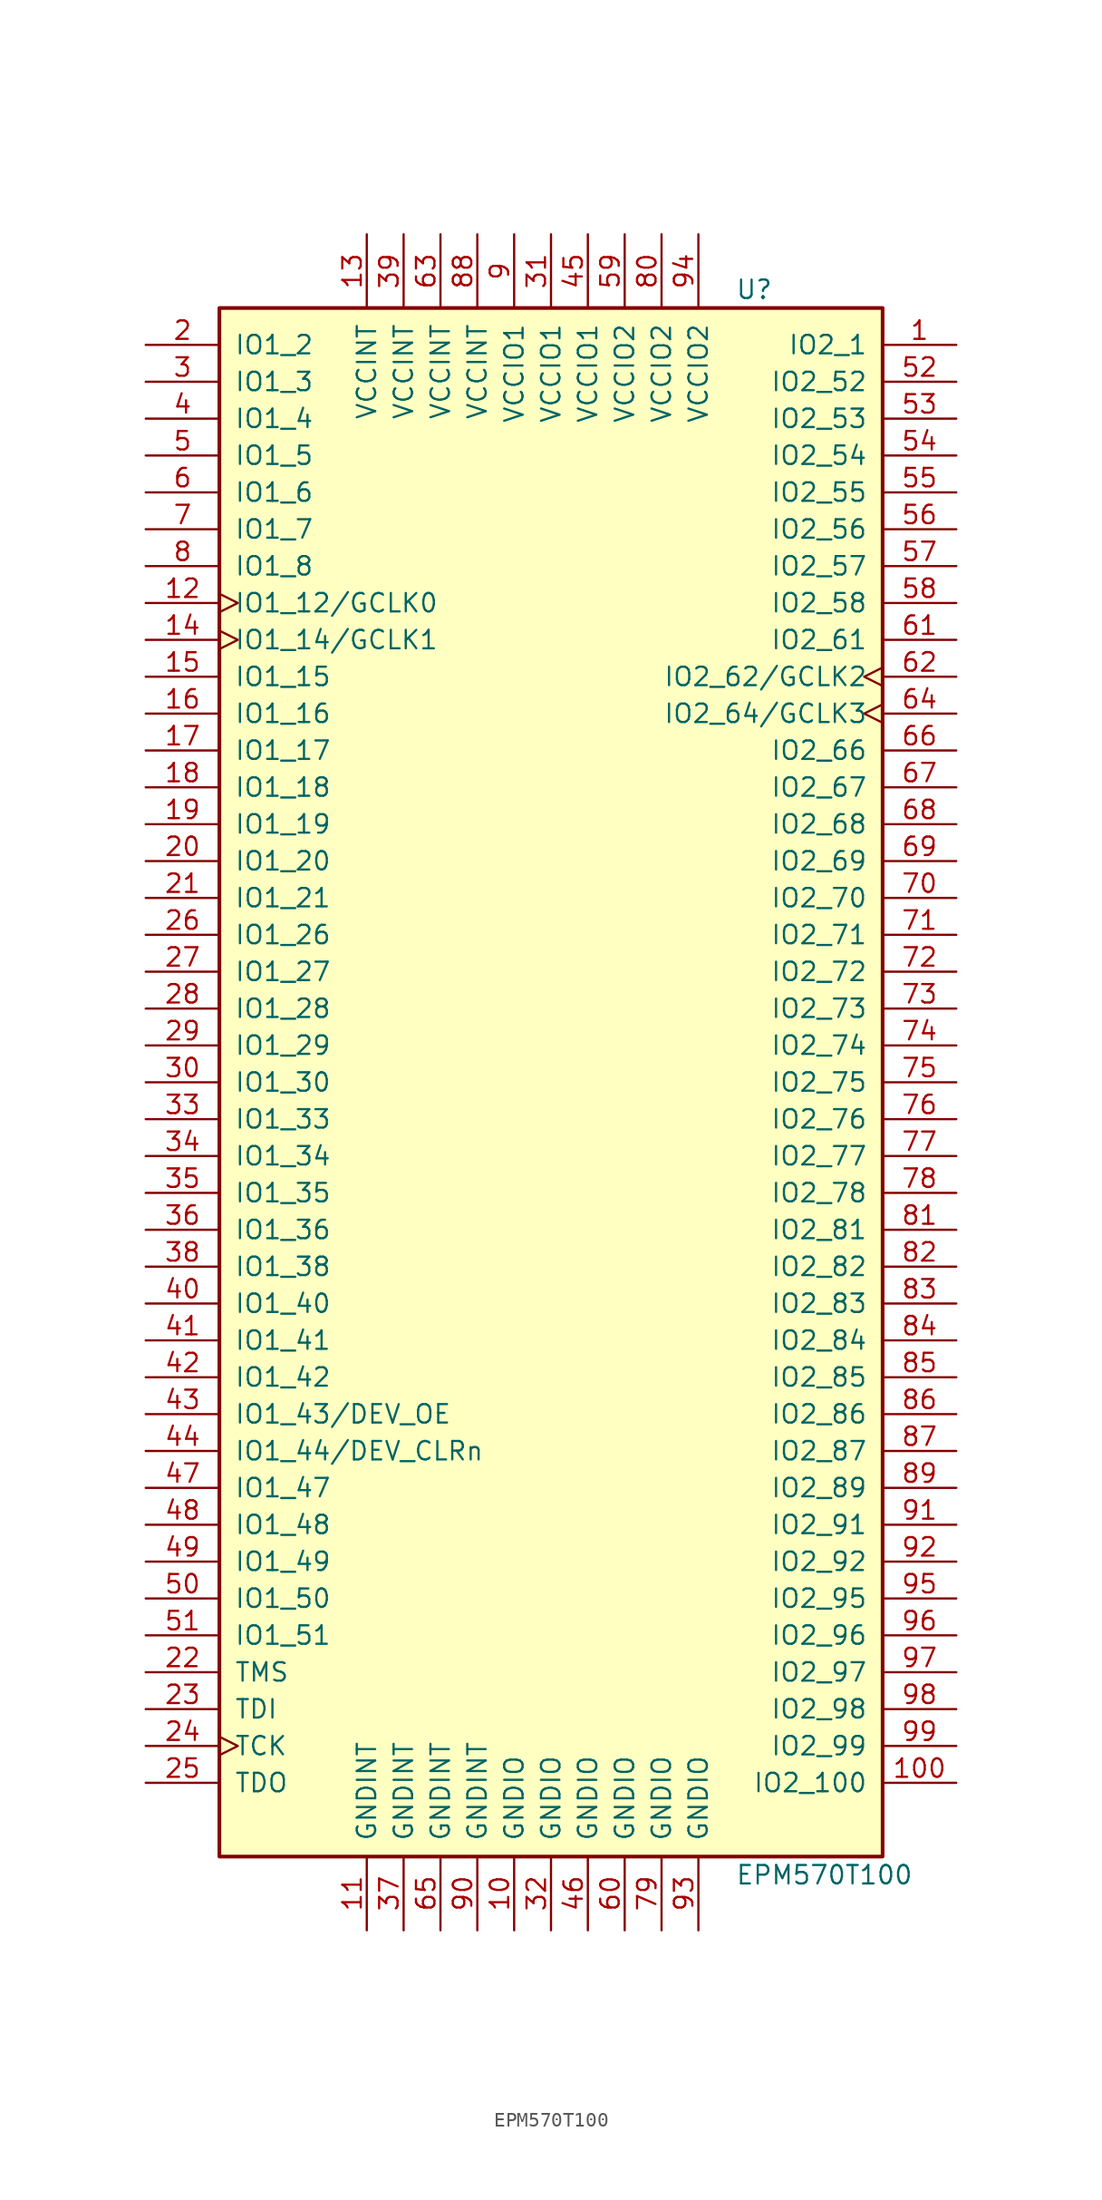
<source format=kicad_sym>
(kicad_symbol_lib
  (version 20211014)
  (generator kicad_symbol_editor)
  (symbol "EPM570T100"
    (pin_names
      (offset 1.016))
    (property "Reference" "U"
      (at 12.7 54.61 0)
      (effects (font (size 1.27 1.27)) (justify left)))
    (property "Value" "EPM570T100"
      (at 12.7 -54.61 0)
      (effects (font (size 1.27 1.27)) (justify left)))
    (property "ki_locked" ""
      (at 0 0 0)
      (effects (font (size 1.27 1.27))))
    (symbol "EPM570T100_1_1"
      (rectangle (start -22.86 53.34) (end 22.86 -53.34) (stroke (width 0.254) (type default) (color 0 0 0 0)) (fill (type background)))
      (pin bidirectional line (at 27.94 50.8 180) (length 5.08) (name "IO2_1" (effects (font (size 1.27 1.27)))) (number "1" (effects (font (size 1.27 1.27)))))
      (pin power_in line (at -2.54 -58.42 90) (length 5.08) (name "GNDIO" (effects (font (size 1.27 1.27)))) (number "10" (effects (font (size 1.27 1.27)))))
      (pin bidirectional line (at 27.94 -48.26 180) (length 5.08) (name "IO2_100" (effects (font (size 1.27 1.27)))) (number "100" (effects (font (size 1.27 1.27)))))
      (pin power_in line (at -12.7 -58.42 90) (length 5.08) (name "GNDINT" (effects (font (size 1.27 1.27)))) (number "11" (effects (font (size 1.27 1.27)))))
      (pin bidirectional clock (at -27.94 33.02 0) (length 5.08) (name "IO1_12/GCLK0" (effects (font (size 1.27 1.27)))) (number "12" (effects (font (size 1.27 1.27)))))
      (pin power_in line (at -12.7 58.42 270) (length 5.08) (name "VCCINT" (effects (font (size 1.27 1.27)))) (number "13" (effects (font (size 1.27 1.27)))))
      (pin bidirectional clock (at -27.94 30.48 0) (length 5.08) (name "IO1_14/GCLK1" (effects (font (size 1.27 1.27)))) (number "14" (effects (font (size 1.27 1.27)))))
      (pin bidirectional line (at -27.94 27.94 0) (length 5.08) (name "IO1_15" (effects (font (size 1.27 1.27)))) (number "15" (effects (font (size 1.27 1.27)))))
      (pin bidirectional line (at -27.94 25.4 0) (length 5.08) (name "IO1_16" (effects (font (size 1.27 1.27)))) (number "16" (effects (font (size 1.27 1.27)))))
      (pin bidirectional line (at -27.94 22.86 0) (length 5.08) (name "IO1_17" (effects (font (size 1.27 1.27)))) (number "17" (effects (font (size 1.27 1.27)))))
      (pin bidirectional line (at -27.94 20.32 0) (length 5.08) (name "IO1_18" (effects (font (size 1.27 1.27)))) (number "18" (effects (font (size 1.27 1.27)))))
      (pin bidirectional line (at -27.94 17.78 0) (length 5.08) (name "IO1_19" (effects (font (size 1.27 1.27)))) (number "19" (effects (font (size 1.27 1.27)))))
      (pin bidirectional line (at -27.94 50.8 0) (length 5.08) (name "IO1_2" (effects (font (size 1.27 1.27)))) (number "2" (effects (font (size 1.27 1.27)))))
      (pin bidirectional line (at -27.94 15.24 0) (length 5.08) (name "IO1_20" (effects (font (size 1.27 1.27)))) (number "20" (effects (font (size 1.27 1.27)))))
      (pin bidirectional line (at -27.94 12.7 0) (length 5.08) (name "IO1_21" (effects (font (size 1.27 1.27)))) (number "21" (effects (font (size 1.27 1.27)))))
      (pin input line (at -27.94 -40.64 0) (length 5.08) (name "TMS" (effects (font (size 1.27 1.27)))) (number "22" (effects (font (size 1.27 1.27)))))
      (pin input line (at -27.94 -43.18 0) (length 5.08) (name "TDI" (effects (font (size 1.27 1.27)))) (number "23" (effects (font (size 1.27 1.27)))))
      (pin input clock (at -27.94 -45.72 0) (length 5.08) (name "TCK" (effects (font (size 1.27 1.27)))) (number "24" (effects (font (size 1.27 1.27)))))
      (pin output line (at -27.94 -48.26 0) (length 5.08) (name "TDO" (effects (font (size 1.27 1.27)))) (number "25" (effects (font (size 1.27 1.27)))))
      (pin bidirectional line (at -27.94 10.16 0) (length 5.08) (name "IO1_26" (effects (font (size 1.27 1.27)))) (number "26" (effects (font (size 1.27 1.27)))))
      (pin bidirectional line (at -27.94 7.62 0) (length 5.08) (name "IO1_27" (effects (font (size 1.27 1.27)))) (number "27" (effects (font (size 1.27 1.27)))))
      (pin bidirectional line (at -27.94 5.08 0) (length 5.08) (name "IO1_28" (effects (font (size 1.27 1.27)))) (number "28" (effects (font (size 1.27 1.27)))))
      (pin bidirectional line (at -27.94 2.54 0) (length 5.08) (name "IO1_29" (effects (font (size 1.27 1.27)))) (number "29" (effects (font (size 1.27 1.27)))))
      (pin bidirectional line (at -27.94 48.26 0) (length 5.08) (name "IO1_3" (effects (font (size 1.27 1.27)))) (number "3" (effects (font (size 1.27 1.27)))))
      (pin bidirectional line (at -27.94 0 0) (length 5.08) (name "IO1_30" (effects (font (size 1.27 1.27)))) (number "30" (effects (font (size 1.27 1.27)))))
      (pin power_in line (at 0 58.42 270) (length 5.08) (name "VCCIO1" (effects (font (size 1.27 1.27)))) (number "31" (effects (font (size 1.27 1.27)))))
      (pin power_in line (at 0 -58.42 90) (length 5.08) (name "GNDIO" (effects (font (size 1.27 1.27)))) (number "32" (effects (font (size 1.27 1.27)))))
      (pin bidirectional line (at -27.94 -2.54 0) (length 5.08) (name "IO1_33" (effects (font (size 1.27 1.27)))) (number "33" (effects (font (size 1.27 1.27)))))
      (pin bidirectional line (at -27.94 -5.08 0) (length 5.08) (name "IO1_34" (effects (font (size 1.27 1.27)))) (number "34" (effects (font (size 1.27 1.27)))))
      (pin bidirectional line (at -27.94 -7.62 0) (length 5.08) (name "IO1_35" (effects (font (size 1.27 1.27)))) (number "35" (effects (font (size 1.27 1.27)))))
      (pin bidirectional line (at -27.94 -10.16 0) (length 5.08) (name "IO1_36" (effects (font (size 1.27 1.27)))) (number "36" (effects (font (size 1.27 1.27)))))
      (pin power_in line (at -10.16 -58.42 90) (length 5.08) (name "GNDINT" (effects (font (size 1.27 1.27)))) (number "37" (effects (font (size 1.27 1.27)))))
      (pin bidirectional line (at -27.94 -12.7 0) (length 5.08) (name "IO1_38" (effects (font (size 1.27 1.27)))) (number "38" (effects (font (size 1.27 1.27)))))
      (pin power_in line (at -10.16 58.42 270) (length 5.08) (name "VCCINT" (effects (font (size 1.27 1.27)))) (number "39" (effects (font (size 1.27 1.27)))))
      (pin bidirectional line (at -27.94 45.72 0) (length 5.08) (name "IO1_4" (effects (font (size 1.27 1.27)))) (number "4" (effects (font (size 1.27 1.27)))))
      (pin bidirectional line (at -27.94 -15.24 0) (length 5.08) (name "IO1_40" (effects (font (size 1.27 1.27)))) (number "40" (effects (font (size 1.27 1.27)))))
      (pin bidirectional line (at -27.94 -17.78 0) (length 5.08) (name "IO1_41" (effects (font (size 1.27 1.27)))) (number "41" (effects (font (size 1.27 1.27)))))
      (pin bidirectional line (at -27.94 -20.32 0) (length 5.08) (name "IO1_42" (effects (font (size 1.27 1.27)))) (number "42" (effects (font (size 1.27 1.27)))))
      (pin bidirectional line (at -27.94 -22.86 0) (length 5.08) (name "IO1_43/DEV_OE" (effects (font (size 1.27 1.27)))) (number "43" (effects (font (size 1.27 1.27)))))
      (pin bidirectional line (at -27.94 -25.4 0) (length 5.08) (name "IO1_44/DEV_CLRn" (effects (font (size 1.27 1.27)))) (number "44" (effects (font (size 1.27 1.27)))))
      (pin power_in line (at 2.54 58.42 270) (length 5.08) (name "VCCIO1" (effects (font (size 1.27 1.27)))) (number "45" (effects (font (size 1.27 1.27)))))
      (pin power_in line (at 2.54 -58.42 90) (length 5.08) (name "GNDIO" (effects (font (size 1.27 1.27)))) (number "46" (effects (font (size 1.27 1.27)))))
      (pin bidirectional line (at -27.94 -27.94 0) (length 5.08) (name "IO1_47" (effects (font (size 1.27 1.27)))) (number "47" (effects (font (size 1.27 1.27)))))
      (pin bidirectional line (at -27.94 -30.48 0) (length 5.08) (name "IO1_48" (effects (font (size 1.27 1.27)))) (number "48" (effects (font (size 1.27 1.27)))))
      (pin bidirectional line (at -27.94 -33.02 0) (length 5.08) (name "IO1_49" (effects (font (size 1.27 1.27)))) (number "49" (effects (font (size 1.27 1.27)))))
      (pin bidirectional line (at -27.94 43.18 0) (length 5.08) (name "IO1_5" (effects (font (size 1.27 1.27)))) (number "5" (effects (font (size 1.27 1.27)))))
      (pin bidirectional line (at -27.94 -35.56 0) (length 5.08) (name "IO1_50" (effects (font (size 1.27 1.27)))) (number "50" (effects (font (size 1.27 1.27)))))
      (pin bidirectional line (at -27.94 -38.1 0) (length 5.08) (name "IO1_51" (effects (font (size 1.27 1.27)))) (number "51" (effects (font (size 1.27 1.27)))))
      (pin bidirectional line (at 27.94 48.26 180) (length 5.08) (name "IO2_52" (effects (font (size 1.27 1.27)))) (number "52" (effects (font (size 1.27 1.27)))))
      (pin bidirectional line (at 27.94 45.72 180) (length 5.08) (name "IO2_53" (effects (font (size 1.27 1.27)))) (number "53" (effects (font (size 1.27 1.27)))))
      (pin bidirectional line (at 27.94 43.18 180) (length 5.08) (name "IO2_54" (effects (font (size 1.27 1.27)))) (number "54" (effects (font (size 1.27 1.27)))))
      (pin bidirectional line (at 27.94 40.64 180) (length 5.08) (name "IO2_55" (effects (font (size 1.27 1.27)))) (number "55" (effects (font (size 1.27 1.27)))))
      (pin bidirectional line (at 27.94 38.1 180) (length 5.08) (name "IO2_56" (effects (font (size 1.27 1.27)))) (number "56" (effects (font (size 1.27 1.27)))))
      (pin bidirectional line (at 27.94 35.56 180) (length 5.08) (name "IO2_57" (effects (font (size 1.27 1.27)))) (number "57" (effects (font (size 1.27 1.27)))))
      (pin bidirectional line (at 27.94 33.02 180) (length 5.08) (name "IO2_58" (effects (font (size 1.27 1.27)))) (number "58" (effects (font (size 1.27 1.27)))))
      (pin power_in line (at 5.08 58.42 270) (length 5.08) (name "VCCIO2" (effects (font (size 1.27 1.27)))) (number "59" (effects (font (size 1.27 1.27)))))
      (pin bidirectional line (at -27.94 40.64 0) (length 5.08) (name "IO1_6" (effects (font (size 1.27 1.27)))) (number "6" (effects (font (size 1.27 1.27)))))
      (pin power_in line (at 5.08 -58.42 90) (length 5.08) (name "GNDIO" (effects (font (size 1.27 1.27)))) (number "60" (effects (font (size 1.27 1.27)))))
      (pin bidirectional line (at 27.94 30.48 180) (length 5.08) (name "IO2_61" (effects (font (size 1.27 1.27)))) (number "61" (effects (font (size 1.27 1.27)))))
      (pin bidirectional clock (at 27.94 27.94 180) (length 5.08) (name "IO2_62/GCLK2" (effects (font (size 1.27 1.27)))) (number "62" (effects (font (size 1.27 1.27)))))
      (pin power_in line (at -7.62 58.42 270) (length 5.08) (name "VCCINT" (effects (font (size 1.27 1.27)))) (number "63" (effects (font (size 1.27 1.27)))))
      (pin bidirectional clock (at 27.94 25.4 180) (length 5.08) (name "IO2_64/GCLK3" (effects (font (size 1.27 1.27)))) (number "64" (effects (font (size 1.27 1.27)))))
      (pin power_in line (at -7.62 -58.42 90) (length 5.08) (name "GNDINT" (effects (font (size 1.27 1.27)))) (number "65" (effects (font (size 1.27 1.27)))))
      (pin bidirectional line (at 27.94 22.86 180) (length 5.08) (name "IO2_66" (effects (font (size 1.27 1.27)))) (number "66" (effects (font (size 1.27 1.27)))))
      (pin bidirectional line (at 27.94 20.32 180) (length 5.08) (name "IO2_67" (effects (font (size 1.27 1.27)))) (number "67" (effects (font (size 1.27 1.27)))))
      (pin bidirectional line (at 27.94 17.78 180) (length 5.08) (name "IO2_68" (effects (font (size 1.27 1.27)))) (number "68" (effects (font (size 1.27 1.27)))))
      (pin bidirectional line (at 27.94 15.24 180) (length 5.08) (name "IO2_69" (effects (font (size 1.27 1.27)))) (number "69" (effects (font (size 1.27 1.27)))))
      (pin bidirectional line (at -27.94 38.1 0) (length 5.08) (name "IO1_7" (effects (font (size 1.27 1.27)))) (number "7" (effects (font (size 1.27 1.27)))))
      (pin bidirectional line (at 27.94 12.7 180) (length 5.08) (name "IO2_70" (effects (font (size 1.27 1.27)))) (number "70" (effects (font (size 1.27 1.27)))))
      (pin bidirectional line (at 27.94 10.16 180) (length 5.08) (name "IO2_71" (effects (font (size 1.27 1.27)))) (number "71" (effects (font (size 1.27 1.27)))))
      (pin bidirectional line (at 27.94 7.62 180) (length 5.08) (name "IO2_72" (effects (font (size 1.27 1.27)))) (number "72" (effects (font (size 1.27 1.27)))))
      (pin bidirectional line (at 27.94 5.08 180) (length 5.08) (name "IO2_73" (effects (font (size 1.27 1.27)))) (number "73" (effects (font (size 1.27 1.27)))))
      (pin bidirectional line (at 27.94 2.54 180) (length 5.08) (name "IO2_74" (effects (font (size 1.27 1.27)))) (number "74" (effects (font (size 1.27 1.27)))))
      (pin bidirectional line (at 27.94 0 180) (length 5.08) (name "IO2_75" (effects (font (size 1.27 1.27)))) (number "75" (effects (font (size 1.27 1.27)))))
      (pin bidirectional line (at 27.94 -2.54 180) (length 5.08) (name "IO2_76" (effects (font (size 1.27 1.27)))) (number "76" (effects (font (size 1.27 1.27)))))
      (pin bidirectional line (at 27.94 -5.08 180) (length 5.08) (name "IO2_77" (effects (font (size 1.27 1.27)))) (number "77" (effects (font (size 1.27 1.27)))))
      (pin bidirectional line (at 27.94 -7.62 180) (length 5.08) (name "IO2_78" (effects (font (size 1.27 1.27)))) (number "78" (effects (font (size 1.27 1.27)))))
      (pin power_in line (at 7.62 -58.42 90) (length 5.08) (name "GNDIO" (effects (font (size 1.27 1.27)))) (number "79" (effects (font (size 1.27 1.27)))))
      (pin bidirectional line (at -27.94 35.56 0) (length 5.08) (name "IO1_8" (effects (font (size 1.27 1.27)))) (number "8" (effects (font (size 1.27 1.27)))))
      (pin power_in line (at 7.62 58.42 270) (length 5.08) (name "VCCIO2" (effects (font (size 1.27 1.27)))) (number "80" (effects (font (size 1.27 1.27)))))
      (pin bidirectional line (at 27.94 -10.16 180) (length 5.08) (name "IO2_81" (effects (font (size 1.27 1.27)))) (number "81" (effects (font (size 1.27 1.27)))))
      (pin bidirectional line (at 27.94 -12.7 180) (length 5.08) (name "IO2_82" (effects (font (size 1.27 1.27)))) (number "82" (effects (font (size 1.27 1.27)))))
      (pin bidirectional line (at 27.94 -15.24 180) (length 5.08) (name "IO2_83" (effects (font (size 1.27 1.27)))) (number "83" (effects (font (size 1.27 1.27)))))
      (pin bidirectional line (at 27.94 -17.78 180) (length 5.08) (name "IO2_84" (effects (font (size 1.27 1.27)))) (number "84" (effects (font (size 1.27 1.27)))))
      (pin bidirectional line (at 27.94 -20.32 180) (length 5.08) (name "IO2_85" (effects (font (size 1.27 1.27)))) (number "85" (effects (font (size 1.27 1.27)))))
      (pin bidirectional line (at 27.94 -22.86 180) (length 5.08) (name "IO2_86" (effects (font (size 1.27 1.27)))) (number "86" (effects (font (size 1.27 1.27)))))
      (pin bidirectional line (at 27.94 -25.4 180) (length 5.08) (name "IO2_87" (effects (font (size 1.27 1.27)))) (number "87" (effects (font (size 1.27 1.27)))))
      (pin power_in line (at -5.08 58.42 270) (length 5.08) (name "VCCINT" (effects (font (size 1.27 1.27)))) (number "88" (effects (font (size 1.27 1.27)))))
      (pin bidirectional line (at 27.94 -27.94 180) (length 5.08) (name "IO2_89" (effects (font (size 1.27 1.27)))) (number "89" (effects (font (size 1.27 1.27)))))
      (pin power_in line (at -2.54 58.42 270) (length 5.08) (name "VCCIO1" (effects (font (size 1.27 1.27)))) (number "9" (effects (font (size 1.27 1.27)))))
      (pin power_in line (at -5.08 -58.42 90) (length 5.08) (name "GNDINT" (effects (font (size 1.27 1.27)))) (number "90" (effects (font (size 1.27 1.27)))))
      (pin bidirectional line (at 27.94 -30.48 180) (length 5.08) (name "IO2_91" (effects (font (size 1.27 1.27)))) (number "91" (effects (font (size 1.27 1.27)))))
      (pin bidirectional line (at 27.94 -33.02 180) (length 5.08) (name "IO2_92" (effects (font (size 1.27 1.27)))) (number "92" (effects (font (size 1.27 1.27)))))
      (pin power_in line (at 10.16 -58.42 90) (length 5.08) (name "GNDIO" (effects (font (size 1.27 1.27)))) (number "93" (effects (font (size 1.27 1.27)))))
      (pin power_in line (at 10.16 58.42 270) (length 5.08) (name "VCCIO2" (effects (font (size 1.27 1.27)))) (number "94" (effects (font (size 1.27 1.27)))))
      (pin bidirectional line (at 27.94 -35.56 180) (length 5.08) (name "IO2_95" (effects (font (size 1.27 1.27)))) (number "95" (effects (font (size 1.27 1.27)))))
      (pin bidirectional line (at 27.94 -38.1 180) (length 5.08) (name "IO2_96" (effects (font (size 1.27 1.27)))) (number "96" (effects (font (size 1.27 1.27)))))
      (pin bidirectional line (at 27.94 -40.64 180) (length 5.08) (name "IO2_97" (effects (font (size 1.27 1.27)))) (number "97" (effects (font (size 1.27 1.27)))))
      (pin bidirectional line (at 27.94 -43.18 180) (length 5.08) (name "IO2_98" (effects (font (size 1.27 1.27)))) (number "98" (effects (font (size 1.27 1.27)))))
      (pin bidirectional line (at 27.94 -45.72 180) (length 5.08) (name "IO2_99" (effects (font (size 1.27 1.27)))) (number "99" (effects (font (size 1.27 1.27))))))))
</source>
